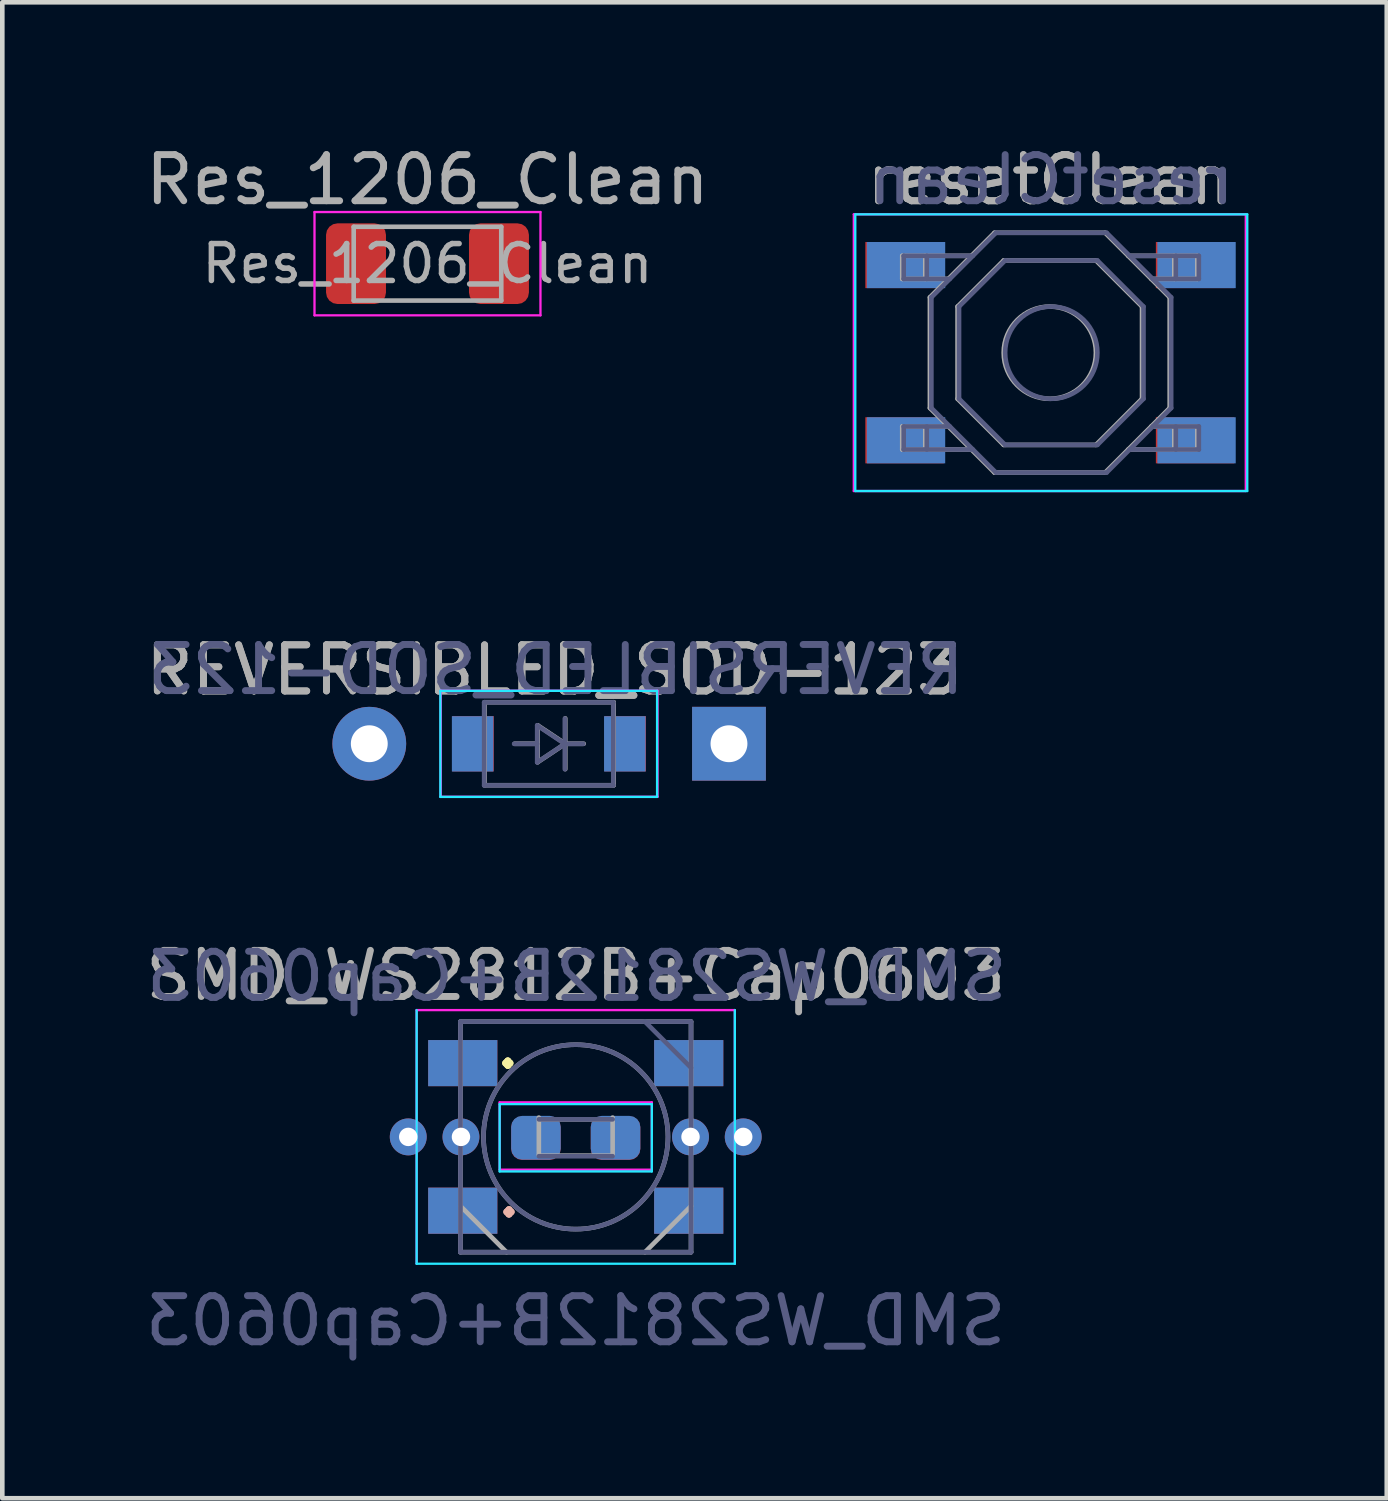
<source format=kicad_pcb>
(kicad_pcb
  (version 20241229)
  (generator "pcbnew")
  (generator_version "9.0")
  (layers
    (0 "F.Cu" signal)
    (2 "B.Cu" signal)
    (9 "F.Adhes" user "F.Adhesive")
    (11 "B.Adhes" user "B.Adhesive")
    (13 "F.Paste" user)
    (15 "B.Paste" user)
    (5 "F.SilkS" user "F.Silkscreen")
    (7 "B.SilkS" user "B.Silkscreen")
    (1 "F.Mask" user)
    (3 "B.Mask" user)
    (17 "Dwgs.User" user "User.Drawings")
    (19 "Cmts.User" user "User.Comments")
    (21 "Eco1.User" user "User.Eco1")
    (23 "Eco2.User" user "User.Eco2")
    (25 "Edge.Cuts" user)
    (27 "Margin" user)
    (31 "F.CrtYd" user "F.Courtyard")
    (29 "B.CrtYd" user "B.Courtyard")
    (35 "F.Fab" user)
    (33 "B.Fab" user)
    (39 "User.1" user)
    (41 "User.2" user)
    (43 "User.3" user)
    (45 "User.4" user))
  (footprint "Res_1206_Clean"
    (layer "F.Cu")
    (at 6.22 2.668)
    (property "Reference" "Res_1206_Clean" (at 0 -1.82 0) (layer "F.Fab") (effects (font (size 1 1) (thickness 0.15))))
    (attr smd)
    (fp_line (start -2.45 -1.12) (end 2.45 -1.12) (stroke (width 0.05) (type solid)) (layer "F.CrtYd"))
    (fp_line (start -2.45 1.12) (end -2.45 -1.12) (stroke (width 0.05) (type solid)) (layer "F.CrtYd"))
    (fp_line (start 2.45 -1.12) (end 2.45 1.12) (stroke (width 0.05) (type solid)) (layer "F.CrtYd"))
    (fp_line (start 2.45 1.12) (end -2.45 1.12) (stroke (width 0.05) (type solid)) (layer "F.CrtYd"))
    (fp_line (start -1.6 -0.8) (end 1.6 -0.8) (stroke (width 0.1) (type solid)) (layer "F.Fab"))
    (fp_line (start -1.6 0.8) (end -1.6 -0.8) (stroke (width 0.1) (type solid)) (layer "F.Fab"))
    (fp_line (start 1.6 -0.8) (end 1.6 0.8) (stroke (width 0.1) (type solid)) (layer "F.Fab"))
    (fp_line (start 1.6 0.8) (end -1.6 0.8) (stroke (width 0.1) (type solid)) (layer "F.Fab"))
    (fp_text user "${REFERENCE}" (at 0 0 0) (layer "F.Fab") (effects (font (size 0.8 0.8) (thickness 0.12))))
    (pad "1" smd roundrect (at -1.55 0) (size 1.3 1.75) (layers "F.Cu" "F.Mask" "F.Paste") (roundrect_rratio 0.192))
    (pad "2" smd roundrect (at 1.55 0) (size 1.3 1.75) (layers "F.Cu" "F.Mask" "F.Paste") (roundrect_rratio 0.192)))
  (footprint "resetClean"
    (layer "F.Cu")
    (at 19.715 4.598)
    (property "Reference" "resetClean" (at 0 -3.75 0) (layer "F.Fab") (effects (font (size 1 1) (thickness 0.15))))
    (attr smd)
    (fp_line (start -4.218 -3) (end -4.218 3) (stroke (width 0.05) (type solid)) (layer "B.CrtYd"))
    (fp_line (start -4.218 3) (end 4.282 3) (stroke (width 0.05) (type solid)) (layer "B.CrtYd"))
    (fp_line (start 4.282 -3) (end -4.218 -3) (stroke (width 0.05) (type solid)) (layer "B.CrtYd"))
    (fp_line (start 4.282 3) (end 4.282 -3) (stroke (width 0.05) (type solid)) (layer "B.CrtYd"))
    (fp_line (start -4.25 -3) (end 4.25 -3) (stroke (width 0.05) (type solid)) (layer "F.CrtYd"))
    (fp_line (start -4.25 3) (end -4.25 -3) (stroke (width 0.05) (type solid)) (layer "F.CrtYd"))
    (fp_line (start 4.25 -3) (end 4.25 3) (stroke (width 0.05) (type solid)) (layer "F.CrtYd"))
    (fp_line (start 4.25 3) (end -4.25 3) (stroke (width 0.05) (type solid)) (layer "F.CrtYd"))
    (fp_line (start -3.168 -2.1) (end -3.168 -1.6) (stroke (width 0.1) (type solid)) (layer "B.Fab"))
    (fp_line (start -3.168 -1.6) (end -2.168 -1.6) (stroke (width 0.1) (type solid)) (layer "B.Fab"))
    (fp_line (start -3.168 1.6) (end -2.168 1.6) (stroke (width 0.1) (type solid)) (layer "B.Fab"))
    (fp_line (start -3.168 2.1) (end -3.168 1.6) (stroke (width 0.1) (type solid)) (layer "B.Fab"))
    (fp_line (start -2.668 -2.1) (end -2.668 -1.6) (stroke (width 0.1) (type solid)) (layer "B.Fab"))
    (fp_line (start -2.668 2.1) (end -2.668 1.6) (stroke (width 0.1) (type solid)) (layer "B.Fab"))
    (fp_line (start -2.568 -1.2) (end -1.168 -2.6) (stroke (width 0.1) (type solid)) (layer "B.Fab"))
    (fp_line (start -2.568 1.2) (end -2.568 -1.2) (stroke (width 0.1) (type solid)) (layer "B.Fab"))
    (fp_line (start -1.968 -1) (end -1.968 1) (stroke (width 0.1) (type solid)) (layer "B.Fab"))
    (fp_line (start -1.968 1) (end -0.968 2) (stroke (width 0.1) (type solid)) (layer "B.Fab"))
    (fp_line (start -1.668 -2.1) (end -3.168 -2.1) (stroke (width 0.1) (type solid)) (layer "B.Fab"))
    (fp_line (start -1.668 2.1) (end -3.168 2.1) (stroke (width 0.1) (type solid)) (layer "B.Fab"))
    (fp_line (start -1.168 -2.6) (end 1.232 -2.6) (stroke (width 0.1) (type solid)) (layer "B.Fab"))
    (fp_line (start -1.168 2.6) (end -2.568 1.2) (stroke (width 0.1) (type solid)) (layer "B.Fab"))
    (fp_line (start -0.968 -2) (end -1.968 -1) (stroke (width 0.1) (type solid)) (layer "B.Fab"))
    (fp_line (start -0.968 2) (end 1.032 2) (stroke (width 0.1) (type solid)) (layer "B.Fab"))
    (fp_line (start 1.032 -2) (end -0.968 -2) (stroke (width 0.1) (type solid)) (layer "B.Fab"))
    (fp_line (start 1.032 2) (end 2.032 1) (stroke (width 0.1) (type solid)) (layer "B.Fab"))
    (fp_line (start 1.232 -2.6) (end 2.632 -1.2) (stroke (width 0.1) (type solid)) (layer "B.Fab"))
    (fp_line (start 1.232 2.6) (end -1.168 2.6) (stroke (width 0.1) (type solid)) (layer "B.Fab"))
    (fp_line (start 1.732 -2.1) (end 3.232 -2.1) (stroke (width 0.1) (type solid)) (layer "B.Fab"))
    (fp_line (start 1.732 2.1) (end 3.232 2.1) (stroke (width 0.1) (type solid)) (layer "B.Fab"))
    (fp_line (start 2.032 -1) (end 1.032 -2) (stroke (width 0.1) (type solid)) (layer "B.Fab"))
    (fp_line (start 2.032 1) (end 2.032 -1) (stroke (width 0.1) (type solid)) (layer "B.Fab"))
    (fp_line (start 2.632 -1.2) (end 2.632 1.2) (stroke (width 0.1) (type solid)) (layer "B.Fab"))
    (fp_line (start 2.632 1.2) (end 1.232 2.6) (stroke (width 0.1) (type solid)) (layer "B.Fab"))
    (fp_line (start 2.732 -2.1) (end 2.732 -1.6) (stroke (width 0.1) (type solid)) (layer "B.Fab"))
    (fp_line (start 2.732 2.1) (end 2.732 1.6) (stroke (width 0.1) (type solid)) (layer "B.Fab"))
    (fp_line (start 3.232 -2.1) (end 3.232 -1.6) (stroke (width 0.1) (type solid)) (layer "B.Fab"))
    (fp_line (start 3.232 -1.6) (end 2.232 -1.6) (stroke (width 0.1) (type solid)) (layer "B.Fab"))
    (fp_line (start 3.232 1.6) (end 2.232 1.6) (stroke (width 0.1) (type solid)) (layer "B.Fab"))
    (fp_line (start 3.232 2.1) (end 3.232 1.6) (stroke (width 0.1) (type solid)) (layer "B.Fab"))
    (fp_circle (center 0.032 0) (end -0.968 0) (stroke (width 0.1) (type solid)) (fill no) (layer "B.Fab"))
    (fp_line (start -3.2 -2.1) (end -3.2 -1.6) (stroke (width 0.1) (type solid)) (layer "F.Fab"))
    (fp_line (start -3.2 -1.6) (end -2.2 -1.6) (stroke (width 0.1) (type solid)) (layer "F.Fab"))
    (fp_line (start -3.2 1.6) (end -2.2 1.6) (stroke (width 0.1) (type solid)) (layer "F.Fab"))
    (fp_line (start -3.2 2.1) (end -3.2 1.6) (stroke (width 0.1) (type solid)) (layer "F.Fab"))
    (fp_line (start -2.7 -2.1) (end -2.7 -1.6) (stroke (width 0.1) (type solid)) (layer "F.Fab"))
    (fp_line (start -2.7 2.1) (end -2.7 1.6) (stroke (width 0.1) (type solid)) (layer "F.Fab"))
    (fp_line (start -2.6 -1.2) (end -2.6 1.2) (stroke (width 0.1) (type solid)) (layer "F.Fab"))
    (fp_line (start -2.6 1.2) (end -1.2 2.6) (stroke (width 0.1) (type solid)) (layer "F.Fab"))
    (fp_line (start -2 -1) (end -1 -2) (stroke (width 0.1) (type solid)) (layer "F.Fab"))
    (fp_line (start -2 1) (end -2 -1) (stroke (width 0.1) (type solid)) (layer "F.Fab"))
    (fp_line (start -1.7 -2.1) (end -3.2 -2.1) (stroke (width 0.1) (type solid)) (layer "F.Fab"))
    (fp_line (start -1.7 2.1) (end -3.2 2.1) (stroke (width 0.1) (type solid)) (layer "F.Fab"))
    (fp_line (start -1.2 -2.6) (end -2.6 -1.2) (stroke (width 0.1) (type solid)) (layer "F.Fab"))
    (fp_line (start -1.2 2.6) (end 1.2 2.6) (stroke (width 0.1) (type solid)) (layer "F.Fab"))
    (fp_line (start -1 -2) (end 1 -2) (stroke (width 0.1) (type solid)) (layer "F.Fab"))
    (fp_line (start -1 2) (end -2 1) (stroke (width 0.1) (type solid)) (layer "F.Fab"))
    (fp_line (start 1 -2) (end 2 -1) (stroke (width 0.1) (type solid)) (layer "F.Fab"))
    (fp_line (start 1 2) (end -1 2) (stroke (width 0.1) (type solid)) (layer "F.Fab"))
    (fp_line (start 1.2 -2.6) (end -1.2 -2.6) (stroke (width 0.1) (type solid)) (layer "F.Fab"))
    (fp_line (start 1.2 2.6) (end 2.6 1.2) (stroke (width 0.1) (type solid)) (layer "F.Fab"))
    (fp_line (start 1.7 -2.1) (end 3.2 -2.1) (stroke (width 0.1) (type solid)) (layer "F.Fab"))
    (fp_line (start 1.7 2.1) (end 3.2 2.1) (stroke (width 0.1) (type solid)) (layer "F.Fab"))
    (fp_line (start 2 -1) (end 2 1) (stroke (width 0.1) (type solid)) (layer "F.Fab"))
    (fp_line (start 2 1) (end 1 2) (stroke (width 0.1) (type solid)) (layer "F.Fab"))
    (fp_line (start 2.6 -1.2) (end 1.2 -2.6) (stroke (width 0.1) (type solid)) (layer "F.Fab"))
    (fp_line (start 2.6 1.2) (end 2.6 -1.2) (stroke (width 0.1) (type solid)) (layer "F.Fab"))
    (fp_line (start 2.7 -2.1) (end 2.7 -1.6) (stroke (width 0.1) (type solid)) (layer "F.Fab"))
    (fp_line (start 2.7 2.1) (end 2.7 1.6) (stroke (width 0.1) (type solid)) (layer "F.Fab"))
    (fp_line (start 3.2 -2.1) (end 3.2 -1.6) (stroke (width 0.1) (type solid)) (layer "F.Fab"))
    (fp_line (start 3.2 -1.6) (end 2.2 -1.6) (stroke (width 0.1) (type solid)) (layer "F.Fab"))
    (fp_line (start 3.2 1.6) (end 2.2 1.6) (stroke (width 0.1) (type solid)) (layer "F.Fab"))
    (fp_line (start 3.2 2.1) (end 3.2 1.6) (stroke (width 0.1) (type solid)) (layer "F.Fab"))
    (fp_circle (center 0 0) (end 1 0) (stroke (width 0.1) (type solid)) (fill no) (layer "F.Fab"))
    (fp_text user "${REFERENCE}" (at 0.032 -3.75 0) (layer "B.Fab") (effects (font (size 1 1) (thickness 0.15)) (justify mirror)))
    (fp_text user "${REFERENCE}" (at 0 -3.75 0) (layer "F.Fab") (effects (font (size 1 1) (thickness 0.15))))
    (pad "1" smd rect (at -3.15 -1.9) (size 1.7 1) (layers "F.Cu" "F.Mask" "F.Paste"))
    (pad "1" smd rect (at -3.118 -1.9) (size 1.7 1) (layers "B.Cu" "B.Mask" "B.Paste"))
    (pad "1" smd rect (at 3.15 -1.9) (size 1.7 1) (layers "F.Cu" "F.Mask" "F.Paste"))
    (pad "1" smd rect (at 3.182 -1.9) (size 1.7 1) (layers "B.Cu" "B.Mask" "B.Paste"))
    (pad "2" smd rect (at -3.15 1.9) (size 1.7 1) (layers "F.Cu" "F.Mask" "F.Paste"))
    (pad "2" smd rect (at -3.118 1.9) (size 1.7 1) (layers "B.Cu" "B.Mask" "B.Paste"))
    (pad "2" smd rect (at 3.15 1.9) (size 1.7 1) (layers "F.Cu" "F.Mask" "F.Paste"))
    (pad "2" smd rect (at 3.182 1.9) (size 1.7 1) (layers "B.Cu" "B.Mask" "B.Paste")))
  (footprint "SMD_WS2812B+Cap0603"
    (layer "F.Cu")
    (at 9.435 21.604)
    (property "Reference" "SMD_WS2812B+Cap0603" (at 0 -3.5 0) (layer "F.Fab") (effects (font (size 1 1) (thickness 0.15))))
    (property "Value" "SMD_WS2812B+Cap0603" (at 0 4 0) (layer "F.Fab") (hide yes) (effects (font (size 1 1) (thickness 0.15))))
    (attr smd)
    (fp_line (start -3.45 2.75) (end -3.45 -2.75) (stroke (width 0.05) (type solid)) (layer "B.CrtYd"))
    (fp_line (start -1.65 -0.711) (end -1.65 0.749) (stroke (width 0.05) (type solid)) (layer "B.CrtYd"))
    (fp_line (start -1.65 0.749) (end 1.65 0.749) (stroke (width 0.05) (type solid)) (layer "B.CrtYd"))
    (fp_line (start 1.65 -0.711) (end -1.65 -0.711) (stroke (width 0.05) (type solid)) (layer "B.CrtYd"))
    (fp_line (start 1.65 0.749) (end 1.65 -0.711) (stroke (width 0.05) (type solid)) (layer "B.CrtYd"))
    (fp_line (start 3.45 -2.75) (end 3.45 2.75) (stroke (width 0.05) (type solid)) (layer "B.CrtYd"))
    (fp_line (start 3.45 2.75) (end -3.45 2.75) (stroke (width 0.05) (type solid)) (layer "B.CrtYd"))
    (fp_line (start -3.45 -2.75) (end -3.45 2.75) (stroke (width 0.05) (type solid)) (layer "F.CrtYd"))
    (fp_line (start -1.65 -0.749) (end 1.65 -0.749) (stroke (width 0.05) (type solid)) (layer "F.CrtYd"))
    (fp_line (start -1.65 0.711) (end -1.65 -0.749) (stroke (width 0.05) (type solid)) (layer "F.CrtYd"))
    (fp_line (start 1.65 -0.749) (end 1.65 0.711) (stroke (width 0.05) (type solid)) (layer "F.CrtYd"))
    (fp_line (start 1.65 0.711) (end -1.65 0.711) (stroke (width 0.05) (type solid)) (layer "F.CrtYd"))
    (fp_line (start 3.45 -2.75) (end -3.45 -2.75) (stroke (width 0.05) (type solid)) (layer "F.CrtYd"))
    (fp_line (start 3.45 2.75) (end 3.45 -2.75) (stroke (width 0.05) (type solid)) (layer "F.CrtYd"))
    (fp_line (start -2.5 -2.5) (end 2.5 -2.5) (stroke (width 0.1) (type solid)) (layer "B.Fab"))
    (fp_line (start -2.5 2.5) (end -2.5 -2.5) (stroke (width 0.1) (type solid)) (layer "B.Fab"))
    (fp_line (start -0.8 0.419) (end 0.8 0.419) (stroke (width 0.1) (type solid)) (layer "B.Fab"))
    (fp_line (start 0.8 -0.381) (end -0.8 -0.381) (stroke (width 0.1) (type solid)) (layer "B.Fab"))
    (fp_line (start 2.5 -2.5) (end 2.5 2.5) (stroke (width 0.1) (type solid)) (layer "B.Fab"))
    (fp_line (start 2.5 -1.5) (end 1.5 -2.5) (stroke (width 0.1) (type solid)) (layer "B.Fab"))
    (fp_line (start 2.5 2.5) (end -2.5 2.5) (stroke (width 0.1) (type solid)) (layer "B.Fab"))
    (fp_circle (center 0 0) (end 0 2) (stroke (width 0.1) (type solid)) (fill no) (layer "B.Fab"))
    (fp_line (start -2.5 -2.5) (end -2.5 2.5) (stroke (width 0.1) (type solid)) (layer "F.Fab"))
    (fp_line (start -2.5 1.5) (end -1.5 2.5) (stroke (width 0.1) (type solid)) (layer "F.Fab"))
    (fp_line (start -2.5 2.5) (end 2.5 2.5) (stroke (width 0.1) (type solid)) (layer "F.Fab"))
    (fp_line (start -0.8 -0.381) (end 0.8 -0.381) (stroke (width 0.1) (type solid)) (layer "F.Fab"))
    (fp_line (start -0.8 0.381) (end -0.8 -0.419) (stroke (width 0.1) (type solid)) (layer "F.Fab"))
    (fp_line (start 0.8 -0.419) (end 0.8 0.381) (stroke (width 0.1) (type solid)) (layer "F.Fab"))
    (fp_line (start 0.8 0.406) (end -0.8 0.406) (stroke (width 0.1) (type solid)) (layer "F.Fab"))
    (fp_line (start 2.5 -2.5) (end -2.5 -2.5) (stroke (width 0.1) (type solid)) (layer "F.Fab"))
    (fp_line (start 2.5 1.5) (end 1.5 2.5) (stroke (width 0.1) (type solid)) (layer "F.Fab"))
    (fp_line (start 2.5 2.5) (end 2.5 -2.5) (stroke (width 0.1) (type solid)) (layer "F.Fab"))
    (fp_circle (center 0 0) (end 0 -2) (stroke (width 0.1) (type solid)) (fill no) (layer "F.Fab"))
    (fp_text user "." (at -1.473 -2.007 0) (layer "F.SilkS") (effects (font (size 1 1) (thickness 0.15))))
    (fp_text user "." (at -1.448 1.219 180) (layer "B.SilkS") (effects (font (size 1 1) (thickness 0.15)) (justify mirror)))
    (fp_text user "${REFERENCE}" (at 0.025 -3.48 180) (layer "B.Fab") (effects (font (size 1 1) (thickness 0.15)) (justify mirror)))
    (fp_text user "${VALUE}" (at 0 3.988 180) (layer "B.Fab") (effects (font (size 1 1) (thickness 0.15)) (justify mirror)))
    (pad "1" thru_hole circle (at -2.489 0) (size 0.8 0.8) (drill 0.4) (layers "*.Cu" "*.Mask"))
    (pad "1" smd rect (at -2.45 -1.6) (size 1.5 1) (layers "F.Cu" "F.Mask" "F.Paste"))
    (pad "1" smd rect (at -2.45 1.6 180) (size 1.5 1) (layers "B.Cu" "B.Mask" "B.Paste"))
    (pad "1" smd roundrect (at -0.863 0.019 180) (size 1.075 0.95) (layers "B.Cu" "B.Mask" "B.Paste") (roundrect_rratio 0.25))
    (pad "1" smd roundrect (at -0.863 0.025) (size 1.075 0.95) (layers "F.Cu" "F.Mask" "F.Paste") (roundrect_rratio 0.25))
    (pad "2" thru_hole circle (at -3.632 0) (size 0.8 0.8) (drill 0.4) (layers "*.Cu" "*.Mask"))
    (pad "2" smd rect (at -2.45 -1.6 180) (size 1.5 1) (layers "B.Cu" "B.Mask" "B.Paste"))
    (pad "2" smd rect (at -2.45 1.6) (size 1.5 1) (layers "F.Cu" "F.Mask" "F.Paste"))
    (pad "3" smd roundrect (at 0.863 0.019 180) (size 1.075 0.95) (layers "B.Cu" "B.Mask" "B.Paste") (roundrect_rratio 0.25))
    (pad "3" smd roundrect (at 0.863 0.025) (size 1.075 0.95) (layers "F.Cu" "F.Mask" "F.Paste") (roundrect_rratio 0.25))
    (pad "3" smd rect (at 2.45 -1.6 180) (size 1.5 1) (layers "B.Cu" "B.Mask" "B.Paste"))
    (pad "3" smd rect (at 2.45 1.6) (size 1.5 1) (layers "F.Cu" "F.Mask" "F.Paste"))
    (pad "3" thru_hole circle (at 2.489 0) (size 0.8 0.8) (drill 0.4) (layers "*.Cu" "*.Mask"))
    (pad "4" smd rect (at 2.45 -1.6) (size 1.5 1) (layers "F.Cu" "F.Mask" "F.Paste"))
    (pad "4" smd rect (at 2.45 1.6 180) (size 1.5 1) (layers "B.Cu" "B.Mask" "B.Paste"))
    (pad "4" thru_hole circle (at 3.632 0) (size 0.8 0.8) (drill 0.4) (layers "*.Cu" "*.Mask")))
  (footprint "REVERSIBLED_SOD-123"
    (layer "F.Cu")
    (at 8.958 13.478)
    (property "Reference" "REVERSIBLED_SOD-123" (at 0 -2 0) (layer "F.Fab") (effects (font (size 1 1) (thickness 0.15))))
    (attr smd)
    (fp_line (start -2.459 -1.547) (end -2.459 0.753) (stroke (width 0.05) (type solid)) (layer "B.CrtYd"))
    (fp_line (start -2.459 0.753) (end 2.241 0.753) (stroke (width 0.05) (type solid)) (layer "B.CrtYd"))
    (fp_line (start 2.241 -1.547) (end -2.459 -1.547) (stroke (width 0.05) (type solid)) (layer "B.CrtYd"))
    (fp_line (start 2.241 -1.547) (end 2.241 0.753) (stroke (width 0.05) (type solid)) (layer "B.CrtYd"))
    (fp_line (start -2.45 -1.55) (end 2.25 -1.55) (stroke (width 0.05) (type solid)) (layer "F.CrtYd"))
    (fp_line (start -2.45 0.75) (end -2.45 -1.55) (stroke (width 0.05) (type solid)) (layer "F.CrtYd"))
    (fp_line (start 2.25 0.75) (end -2.45 0.75) (stroke (width 0.05) (type solid)) (layer "F.CrtYd"))
    (fp_line (start 2.25 0.75) (end 2.25 -1.55) (stroke (width 0.05) (type solid)) (layer "F.CrtYd"))
    (fp_line (start -1.509 -1.297) (end -1.509 0.503) (stroke (width 0.1) (type solid)) (layer "B.Fab"))
    (fp_line (start -1.509 0.503) (end 1.291 0.503) (stroke (width 0.1) (type solid)) (layer "B.Fab"))
    (fp_line (start -0.359 -0.797) (end -0.359 0.003) (stroke (width 0.1) (type solid)) (layer "B.Fab"))
    (fp_line (start -0.359 -0.397) (end -0.859 -0.397) (stroke (width 0.1) (type solid)) (layer "B.Fab"))
    (fp_line (start -0.359 0.003) (end 0.241 -0.397) (stroke (width 0.1) (type solid)) (layer "B.Fab"))
    (fp_line (start 0.241 -0.397) (end -0.359 -0.797) (stroke (width 0.1) (type solid)) (layer "B.Fab"))
    (fp_line (start 0.241 -0.397) (end 0.241 -0.947) (stroke (width 0.1) (type solid)) (layer "B.Fab"))
    (fp_line (start 0.241 -0.397) (end 0.241 0.153) (stroke (width 0.1) (type solid)) (layer "B.Fab"))
    (fp_line (start 0.641 -0.397) (end 0.241 -0.397) (stroke (width 0.1) (type solid)) (layer "B.Fab"))
    (fp_line (start 1.291 -1.297) (end -1.509 -1.297) (stroke (width 0.1) (type solid)) (layer "B.Fab"))
    (fp_line (start 1.291 0.503) (end 1.291 -1.297) (stroke (width 0.1) (type solid)) (layer "B.Fab"))
    (fp_line (start -1.5 -1.3) (end 1.3 -1.3) (stroke (width 0.1) (type solid)) (layer "F.Fab"))
    (fp_line (start -1.5 0.5) (end -1.5 -1.3) (stroke (width 0.1) (type solid)) (layer "F.Fab"))
    (fp_line (start -0.35 -0.8) (end 0.25 -0.4) (stroke (width 0.1) (type solid)) (layer "F.Fab"))
    (fp_line (start -0.35 -0.4) (end -0.85 -0.4) (stroke (width 0.1) (type solid)) (layer "F.Fab"))
    (fp_line (start -0.35 0) (end -0.35 -0.8) (stroke (width 0.1) (type solid)) (layer "F.Fab"))
    (fp_line (start 0.25 -0.4) (end -0.35 0) (stroke (width 0.1) (type solid)) (layer "F.Fab"))
    (fp_line (start 0.25 -0.4) (end 0.25 -0.95) (stroke (width 0.1) (type solid)) (layer "F.Fab"))
    (fp_line (start 0.25 -0.4) (end 0.25 0.15) (stroke (width 0.1) (type solid)) (layer "F.Fab"))
    (fp_line (start 0.65 -0.4) (end 0.25 -0.4) (stroke (width 0.1) (type solid)) (layer "F.Fab"))
    (fp_line (start 1.3 -1.3) (end 1.3 0.5) (stroke (width 0.1) (type solid)) (layer "F.Fab"))
    (fp_line (start 1.3 0.5) (end -1.5 0.5) (stroke (width 0.1) (type solid)) (layer "F.Fab"))
    (fp_text user "${REFERENCE}" (at 0.051 -2.007 180) (layer "B.Fab") (effects (font (size 1 1) (thickness 0.15)) (justify mirror)))
    (fp_text user "${REFERENCE}" (at 0 -2 0) (layer "F.Fab") (effects (font (size 1 1) (thickness 0.15))))
    (pad "1" smd rect (at 1.541 -0.397) (size 0.9 1.2) (layers "B.Cu" "B.Mask" "B.Paste"))
    (pad "1" smd rect (at 1.55 -0.4 180) (size 0.9 1.2) (layers "F.Cu" "F.Mask" "F.Paste"))
    (pad "1" thru_hole rect (at 3.8 -0.4) (size 1.6 1.6) (drill 0.8) (layers "*.Cu" "*.Mask"))
    (pad "2" thru_hole circle (at -4 -0.4) (size 1.6 1.6) (drill 0.8) (layers "*.Cu" "*.Mask"))
    (pad "2" smd rect (at -1.759 -0.397) (size 0.9 1.2) (layers "B.Cu" "B.Mask" "B.Paste"))
    (pad "2" smd rect (at -1.75 -0.4 180) (size 0.9 1.2) (layers "F.Cu" "F.Mask" "F.Paste")))
  (gr_rect
    (start -3 -3)
    (end 27.022 29.44)
    (stroke (width 0.1) (type default))
    (fill no)
    (layer "Edge.Cuts")))
</source>
